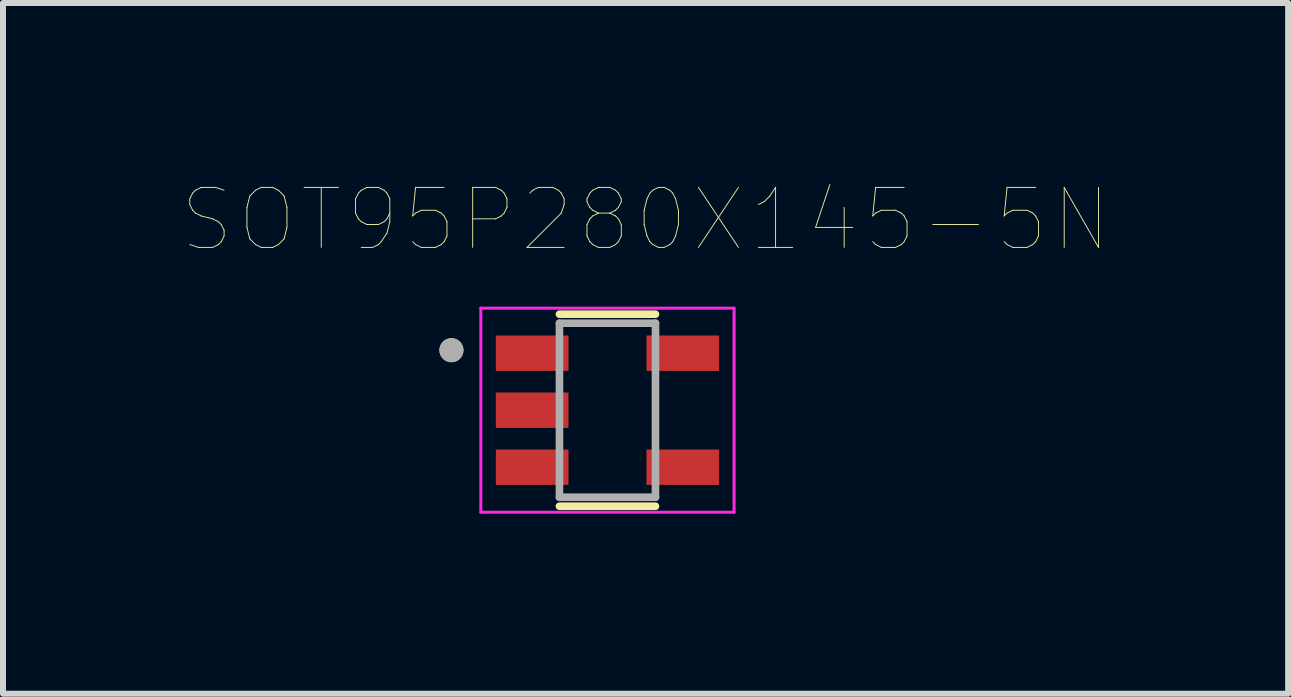
<source format=kicad_pcb>
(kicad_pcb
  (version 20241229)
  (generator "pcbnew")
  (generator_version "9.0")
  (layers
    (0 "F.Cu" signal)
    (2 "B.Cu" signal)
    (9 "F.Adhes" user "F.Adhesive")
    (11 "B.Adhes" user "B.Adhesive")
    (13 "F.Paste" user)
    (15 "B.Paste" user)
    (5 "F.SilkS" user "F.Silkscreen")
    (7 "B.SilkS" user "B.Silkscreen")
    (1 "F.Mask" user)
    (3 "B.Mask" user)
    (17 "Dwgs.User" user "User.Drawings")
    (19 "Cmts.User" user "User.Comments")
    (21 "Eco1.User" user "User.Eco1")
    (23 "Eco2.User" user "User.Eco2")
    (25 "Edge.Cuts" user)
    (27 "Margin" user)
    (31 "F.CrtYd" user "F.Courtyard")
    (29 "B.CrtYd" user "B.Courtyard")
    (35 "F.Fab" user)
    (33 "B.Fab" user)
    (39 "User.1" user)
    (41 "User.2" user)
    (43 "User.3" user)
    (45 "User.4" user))
  (footprint "SOT95P280X145-5N"
    (layer "F.Cu")
    (at 7.073 3.786)
    (property "Reference" "SOT95P280X145-5N" (at 0.635 -3.175 0) (layer "F.SilkS") (effects (font (size 1 1) (thickness 0.015))))
    (attr through_hole)
    (fp_line (start -0.8 1.6) (end 0.8 1.6) (stroke (width 0.127) (type solid)) (layer "F.SilkS"))
    (fp_line (start 0.8 -1.6) (end -0.8 -1.6) (stroke (width 0.127) (type solid)) (layer "F.SilkS"))
    (fp_circle (center -2.6 -1) (end -2.5 -1) (stroke (width 0.2) (type solid)) (fill no) (layer "F.SilkS"))
    (fp_line (start -2.11 -1.7) (end 2.11 -1.7) (stroke (width 0.05) (type solid)) (layer "F.CrtYd"))
    (fp_line (start -2.11 1.7) (end -2.11 -1.7) (stroke (width 0.05) (type solid)) (layer "F.CrtYd"))
    (fp_line (start 2.11 -1.7) (end 2.11 1.7) (stroke (width 0.05) (type solid)) (layer "F.CrtYd"))
    (fp_line (start 2.11 1.7) (end -2.11 1.7) (stroke (width 0.05) (type solid)) (layer "F.CrtYd"))
    (fp_line (start -0.8 -1.45) (end -0.8 1.45) (stroke (width 0.127) (type solid)) (layer "F.Fab"))
    (fp_line (start -0.8 1.45) (end 0.8 1.45) (stroke (width 0.127) (type solid)) (layer "F.Fab"))
    (fp_line (start 0.8 -1.45) (end -0.8 -1.45) (stroke (width 0.127) (type solid)) (layer "F.Fab"))
    (fp_line (start 0.8 1.45) (end 0.8 -1.45) (stroke (width 0.127) (type solid)) (layer "F.Fab"))
    (fp_circle (center -2.6 -1) (end -2.5 -1) (stroke (width 0.2) (type solid)) (fill no) (layer "F.Fab"))
    (pad "1" smd rect (at -1.255 -0.95) (size 1.21 0.59) (layers "F.Cu" "F.Mask" "F.Paste"))
    (pad "2" smd rect (at -1.255 0) (size 1.21 0.59) (layers "F.Cu" "F.Mask" "F.Paste"))
    (pad "3" smd rect (at -1.255 0.95) (size 1.21 0.59) (layers "F.Cu" "F.Mask" "F.Paste"))
    (pad "4" smd rect (at 1.255 0.95) (size 1.21 0.59) (layers "F.Cu" "F.Mask" "F.Paste"))
    (pad "5" smd rect (at 1.255 -0.95) (size 1.21 0.59) (layers "F.Cu" "F.Mask" "F.Paste")))
  (gr_rect
    (start -3 -3)
    (end 18.416 8.511)
    (stroke (width 0.1) (type default))
    (fill no)
    (layer "Edge.Cuts")))
</source>
